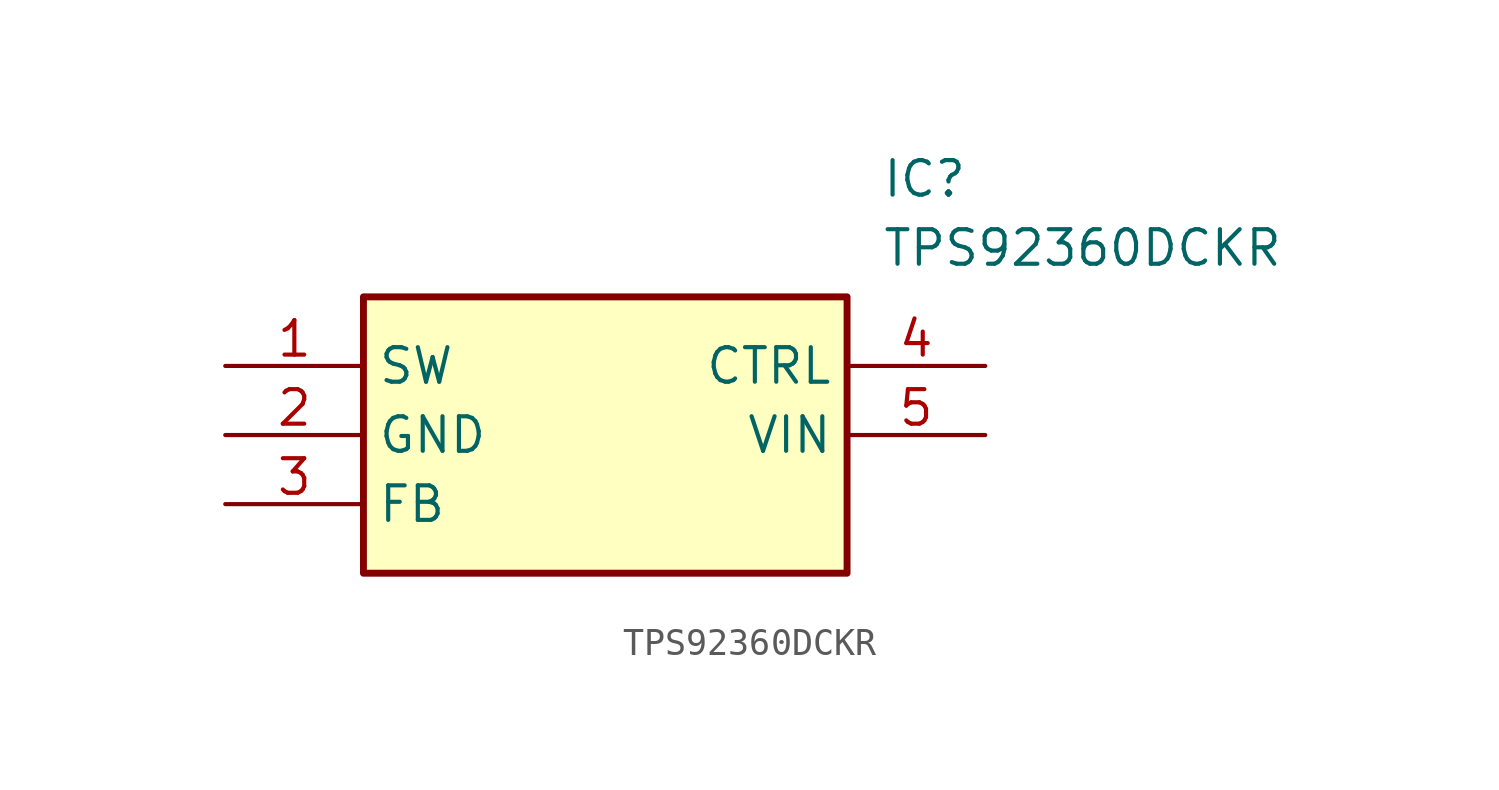
<source format=kicad_sym>
(kicad_symbol_lib
  (version 20211014)
  (generator SamacSys_ECAD_Model)
  (symbol "TPS92360DCKR"
    (property "Reference" "IC"
      (at 24.13 7.62 0)
      (effects (font (size 1.27 1.27)) (justify left top)))
    (property "Value" "TPS92360DCKR"
      (at 24.13 5.08 0)
      (effects (font (size 1.27 1.27)) (justify left top)))
    (rectangle
      (start 5.08 2.54)
      (end 22.86 -7.62)
      (stroke (width 0.254) (type default))
      (fill (type background)))
    (pin passive line
      (at 0 0 0)
      (length 5.08)
      (name "SW" (effects (font (size 1.27 1.27))))
      (number "1" (effects (font (size 1.27 1.27)))))
    (pin passive line
      (at 0 -2.54 0)
      (length 5.08)
      (name "GND" (effects (font (size 1.27 1.27))))
      (number "2" (effects (font (size 1.27 1.27)))))
    (pin passive line
      (at 0 -5.08 0)
      (length 5.08)
      (name "FB" (effects (font (size 1.27 1.27))))
      (number "3" (effects (font (size 1.27 1.27)))))
    (pin passive line
      (at 27.94 0 180)
      (length 5.08)
      (name "CTRL" (effects (font (size 1.27 1.27))))
      (number "4" (effects (font (size 1.27 1.27)))))
    (pin passive line
      (at 27.94 -2.54 180)
      (length 5.08)
      (name "VIN" (effects (font (size 1.27 1.27))))
      (number "5" (effects (font (size 1.27 1.27)))))))
</source>
